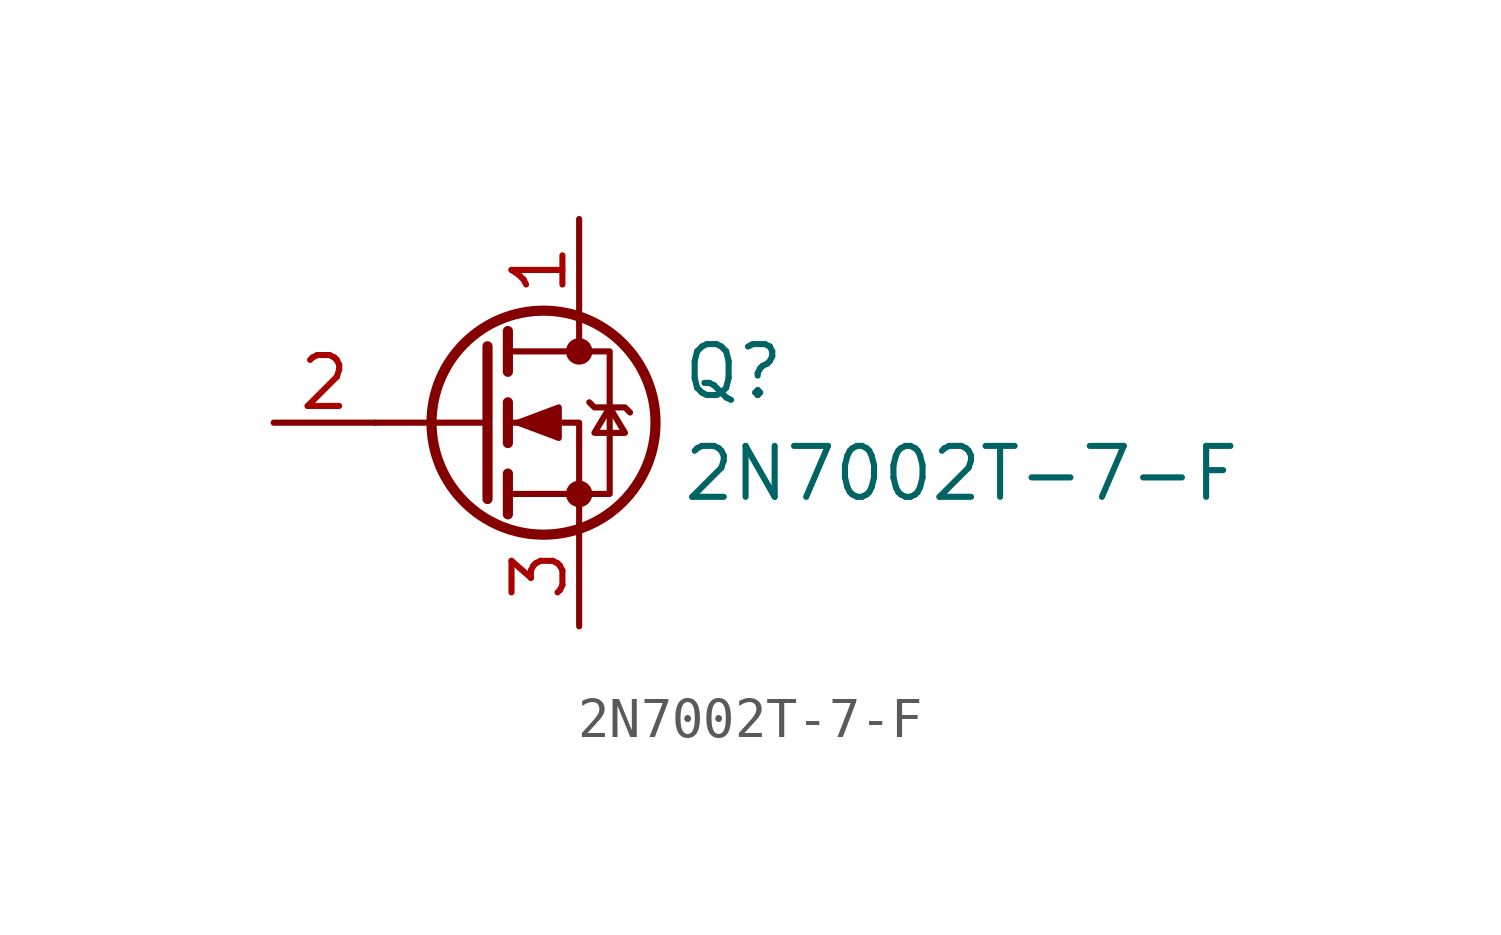
<source format=kicad_sym>
(kicad_symbol_lib
  (version 20220914)
  (generator kicad_db_lib)
  (symbol "2N7002T-7-F"
    (pin_names
      (offset 0) hide)
    (property "Reference" "Q"
      (at 5.08 1.27 0)
      (effects (font (size 1.27 1.27)) (justify left)))
    (property "Value" "2N7002T-7-F"
      (at 5.08 -1.27 0)
      (effects (font (size 1.27 1.27)) (justify left)))
    (symbol "2N7002T-7-F_0_1"
      (polyline (pts (xy 0.254 0) (xy -2.54 0)) (stroke (width 0) (type default)) (fill (type none)))
      (polyline (pts (xy 0.254 1.905) (xy 0.254 -1.905)) (stroke (width 0.254) (type default)) (fill (type none)))
      (polyline (pts (xy 0.762 -1.27) (xy 0.762 -2.286)) (stroke (width 0.254) (type default)) (fill (type none)))
      (polyline (pts (xy 0.762 0.508) (xy 0.762 -0.508)) (stroke (width 0.254) (type default)) (fill (type none)))
      (polyline (pts (xy 0.762 2.286) (xy 0.762 1.27)) (stroke (width 0.254) (type default)) (fill (type none)))
      (polyline (pts (xy 2.54 2.54) (xy 2.54 1.778)) (stroke (width 0) (type default)) (fill (type none)))
      (polyline (pts (xy 2.54 -2.54) (xy 2.54 0) (xy 0.762 0)) (stroke (width 0) (type default)) (fill (type none)))
      (polyline (pts (xy 0.762 -1.778) (xy 3.302 -1.778) (xy 3.302 1.778) (xy 0.762 1.778)) (stroke (width 0) (type default)) (fill (type none)))
      (polyline (pts (xy 1.016 0) (xy 2.032 0.381) (xy 2.032 -0.381) (xy 1.016 0)) (stroke (width 0) (type default)) (fill (type outline)))
      (polyline (pts (xy 2.794 0.508) (xy 2.921 0.381) (xy 3.683 0.381) (xy 3.81 0.254)) (stroke (width 0) (type default)) (fill (type none)))
      (polyline (pts (xy 3.302 0.381) (xy 2.921 -0.254) (xy 3.683 -0.254) (xy 3.302 0.381)) (stroke (width 0) (type default)) (fill (type none)))
      (circle (center 1.651 0) (radius 2.794) (stroke (width 0.254) (type default)) (fill (type none)))
      (circle (center 2.54 -1.778) (radius 0.254) (stroke (width 0) (type default)) (fill (type outline)))
      (circle (center 2.54 1.778) (radius 0.254) (stroke (width 0) (type default)) (fill (type outline))))
    (symbol "2N7002T-7-F_1_1"
      (pin passive line (at 2.54 5.08 270) (length 2.54) (name "D" (effects (font (size 1.27 1.27)))) (number "1" (effects (font (size 1.27 1.27)))))
      (pin input line (at -5.08 0 0) (length 2.54) (name "G" (effects (font (size 1.27 1.27)))) (number "2" (effects (font (size 1.27 1.27)))))
      (pin passive line (at 2.54 -5.08 90) (length 2.54) (name "S" (effects (font (size 1.27 1.27)))) (number "3" (effects (font (size 1.27 1.27))))))))
</source>
